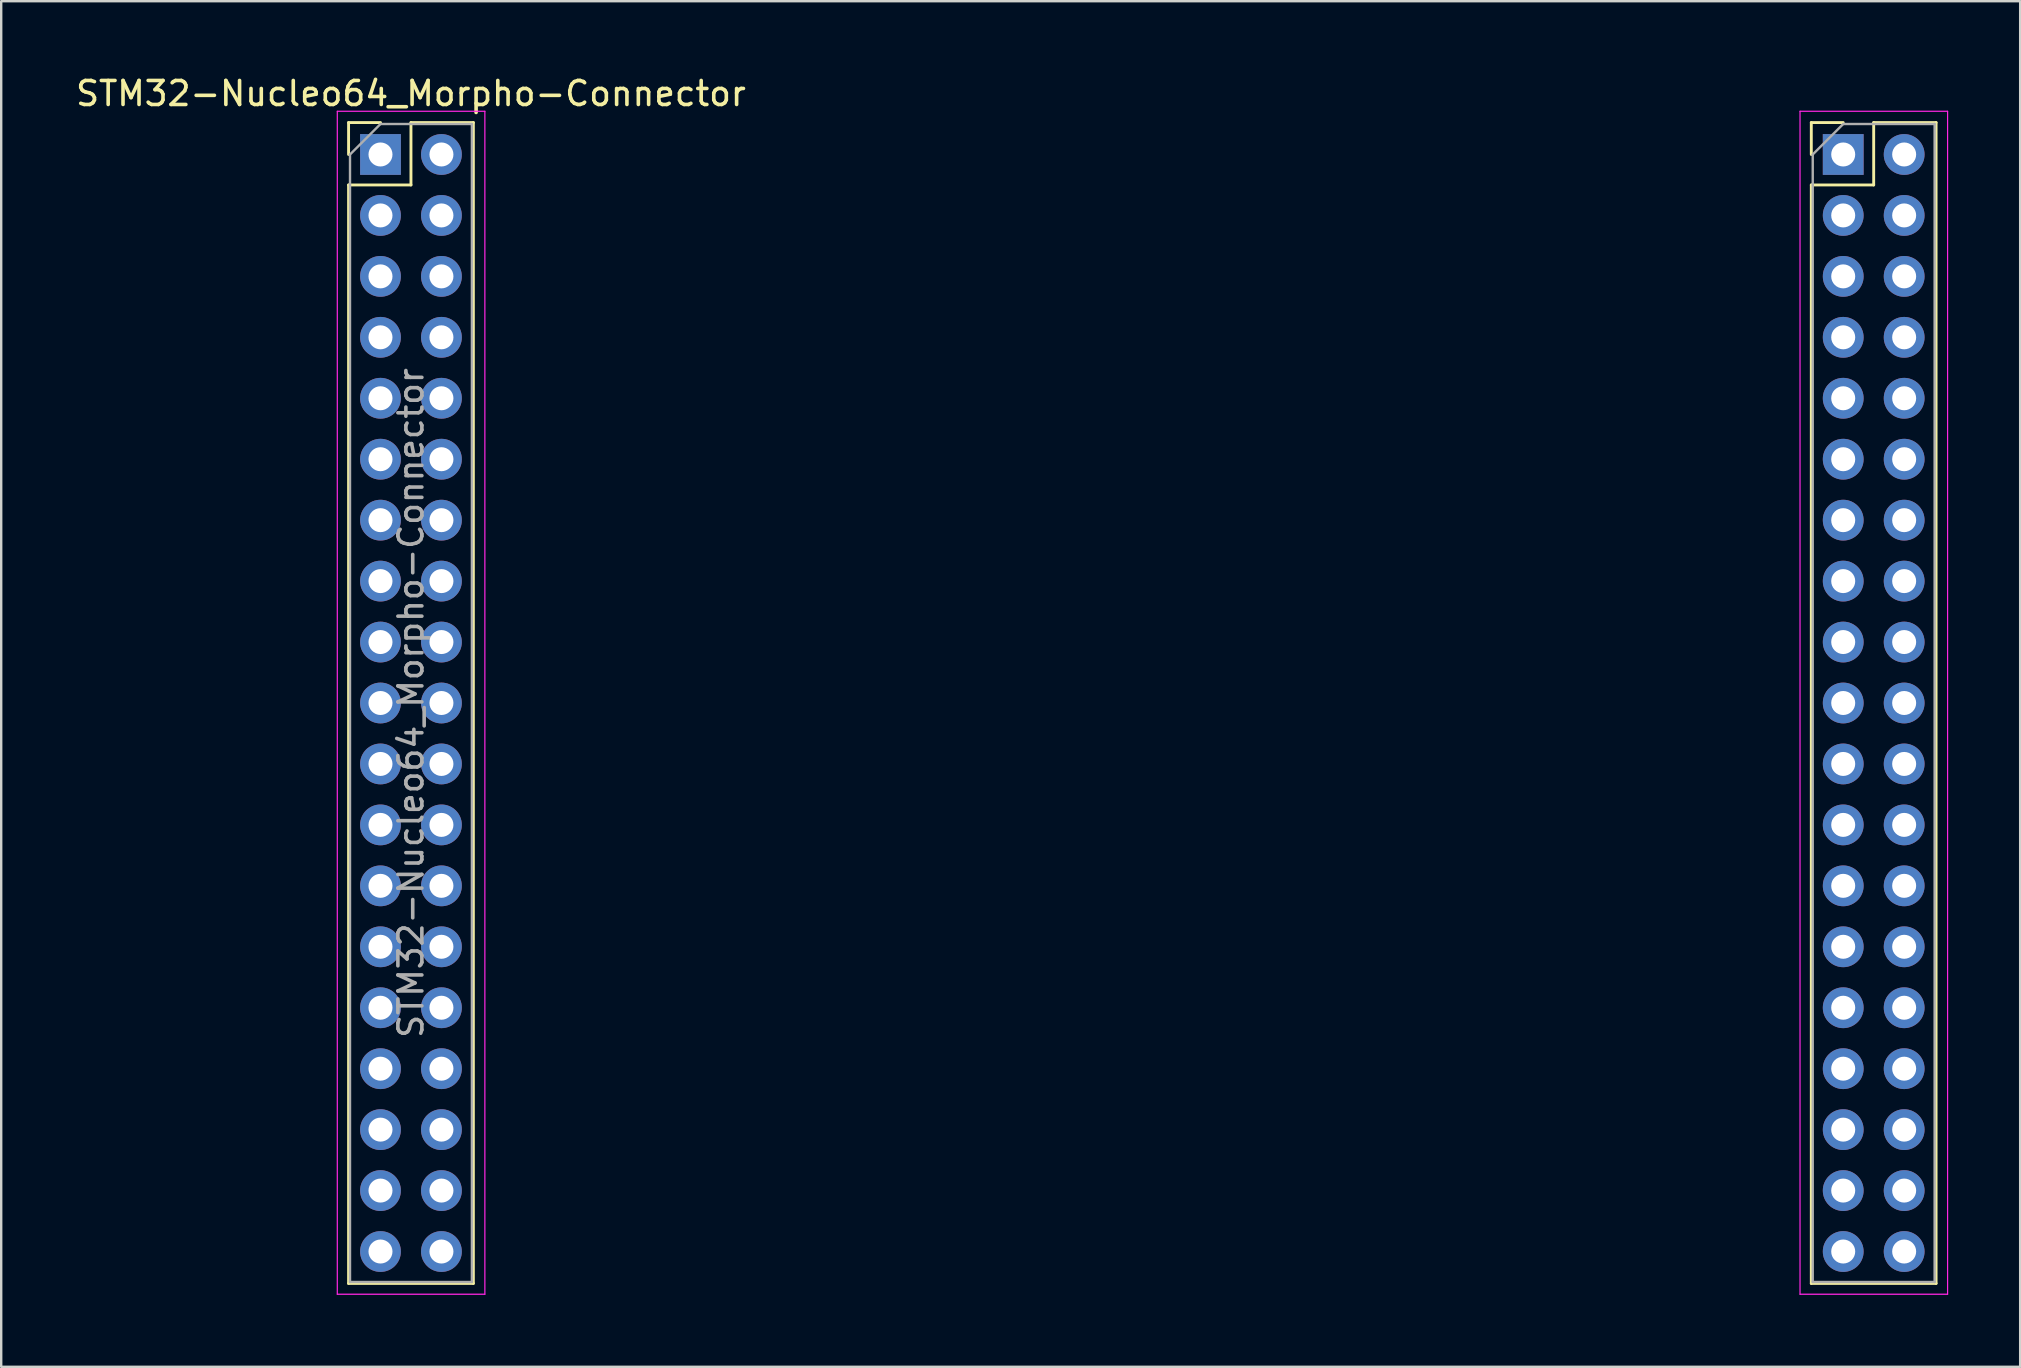
<source format=kicad_pcb>
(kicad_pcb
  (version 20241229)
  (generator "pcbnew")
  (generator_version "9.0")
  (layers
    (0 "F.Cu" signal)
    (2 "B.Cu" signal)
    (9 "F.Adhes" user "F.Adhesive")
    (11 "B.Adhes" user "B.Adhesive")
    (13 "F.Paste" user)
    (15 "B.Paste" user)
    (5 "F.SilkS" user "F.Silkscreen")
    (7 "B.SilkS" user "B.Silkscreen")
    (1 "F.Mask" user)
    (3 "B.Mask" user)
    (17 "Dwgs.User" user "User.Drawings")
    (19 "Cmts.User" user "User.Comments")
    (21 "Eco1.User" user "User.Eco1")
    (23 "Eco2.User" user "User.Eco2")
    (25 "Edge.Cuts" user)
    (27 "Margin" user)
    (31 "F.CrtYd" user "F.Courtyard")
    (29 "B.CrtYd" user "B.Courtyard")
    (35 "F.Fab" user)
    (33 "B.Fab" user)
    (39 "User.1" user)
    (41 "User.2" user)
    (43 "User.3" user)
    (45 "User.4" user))
  (footprint "STM32-Nucleo64_Morpho-Connector"
    (layer "F.Cu")
    (at 44.557 26.248)
    (property "Reference" "STM32-Nucleo64_Morpho-Connector" (at -30.48 -25.4 0) (layer "F.SilkS") (effects (font (size 1 1) (thickness 0.15))))
    (attr through_hole)
    (fp_line (start -33.08 -24.19) (end -31.75 -24.19) (stroke (width 0.12) (type solid)) (layer "F.SilkS"))
    (fp_line (start -33.08 -22.86) (end -33.08 -24.19) (stroke (width 0.12) (type solid)) (layer "F.SilkS"))
    (fp_line (start -33.08 -21.59) (end -33.08 24.19) (stroke (width 0.12) (type solid)) (layer "F.SilkS"))
    (fp_line (start -33.08 -21.59) (end -30.48 -21.59) (stroke (width 0.12) (type solid)) (layer "F.SilkS"))
    (fp_line (start -33.08 24.19) (end -27.88 24.19) (stroke (width 0.12) (type solid)) (layer "F.SilkS"))
    (fp_line (start -30.48 -24.19) (end -27.88 -24.19) (stroke (width 0.12) (type solid)) (layer "F.SilkS"))
    (fp_line (start -30.48 -21.59) (end -30.48 -24.19) (stroke (width 0.12) (type solid)) (layer "F.SilkS"))
    (fp_line (start -27.88 -24.19) (end -27.88 24.19) (stroke (width 0.12) (type solid)) (layer "F.SilkS"))
    (fp_line (start 27.88 -24.19) (end 29.21 -24.19) (stroke (width 0.12) (type solid)) (layer "F.SilkS"))
    (fp_line (start 27.88 -22.86) (end 27.88 -24.19) (stroke (width 0.12) (type solid)) (layer "F.SilkS"))
    (fp_line (start 27.88 -21.59) (end 27.88 24.19) (stroke (width 0.12) (type solid)) (layer "F.SilkS"))
    (fp_line (start 27.88 -21.59) (end 30.48 -21.59) (stroke (width 0.12) (type solid)) (layer "F.SilkS"))
    (fp_line (start 27.88 24.19) (end 33.08 24.19) (stroke (width 0.12) (type solid)) (layer "F.SilkS"))
    (fp_line (start 30.48 -24.19) (end 33.08 -24.19) (stroke (width 0.12) (type solid)) (layer "F.SilkS"))
    (fp_line (start 30.48 -21.59) (end 30.48 -24.19) (stroke (width 0.12) (type solid)) (layer "F.SilkS"))
    (fp_line (start 33.08 -24.19) (end 33.08 24.19) (stroke (width 0.12) (type solid)) (layer "F.SilkS"))
    (fp_line (start -33.55 -24.66) (end -33.55 24.64) (stroke (width 0.05) (type solid)) (layer "F.CrtYd"))
    (fp_line (start -33.55 24.64) (end -27.4 24.64) (stroke (width 0.05) (type solid)) (layer "F.CrtYd"))
    (fp_line (start -27.4 -24.66) (end -33.55 -24.66) (stroke (width 0.05) (type solid)) (layer "F.CrtYd"))
    (fp_line (start -27.4 24.64) (end -27.4 -24.66) (stroke (width 0.05) (type solid)) (layer "F.CrtYd"))
    (fp_line (start 27.41 -24.66) (end 27.41 24.64) (stroke (width 0.05) (type solid)) (layer "F.CrtYd"))
    (fp_line (start 27.41 24.64) (end 33.56 24.64) (stroke (width 0.05) (type solid)) (layer "F.CrtYd"))
    (fp_line (start 33.56 -24.66) (end 27.41 -24.66) (stroke (width 0.05) (type solid)) (layer "F.CrtYd"))
    (fp_line (start 33.56 24.64) (end 33.56 -24.66) (stroke (width 0.05) (type solid)) (layer "F.CrtYd"))
    (fp_line (start -33.02 -22.86) (end -31.75 -24.13) (stroke (width 0.1) (type solid)) (layer "F.Fab"))
    (fp_line (start -33.02 24.13) (end -33.02 -22.86) (stroke (width 0.1) (type solid)) (layer "F.Fab"))
    (fp_line (start -31.75 -24.13) (end -27.94 -24.13) (stroke (width 0.1) (type solid)) (layer "F.Fab"))
    (fp_line (start -27.94 -24.13) (end -27.94 24.13) (stroke (width 0.1) (type solid)) (layer "F.Fab"))
    (fp_line (start -27.94 24.13) (end -33.02 24.13) (stroke (width 0.1) (type solid)) (layer "F.Fab"))
    (fp_line (start 27.94 -22.86) (end 29.21 -24.13) (stroke (width 0.1) (type solid)) (layer "F.Fab"))
    (fp_line (start 27.94 24.13) (end 27.94 -22.86) (stroke (width 0.1) (type solid)) (layer "F.Fab"))
    (fp_line (start 29.21 -24.13) (end 33.02 -24.13) (stroke (width 0.1) (type solid)) (layer "F.Fab"))
    (fp_line (start 33.02 -24.13) (end 33.02 24.13) (stroke (width 0.1) (type solid)) (layer "F.Fab"))
    (fp_line (start 33.02 24.13) (end 27.94 24.13) (stroke (width 0.1) (type solid)) (layer "F.Fab"))
    (fp_text user "${REFERENCE}" (at -30.48 0 90) (layer "F.Fab") (effects (font (size 1 1) (thickness 0.15))))
    (pad "7.1" thru_hole rect (at -31.75 -22.86) (size 1.7 1.7) (drill 1) (layers "*.Cu" "*.Mask"))
    (pad "7.2" thru_hole oval (at -29.21 -22.86) (size 1.7 1.7) (drill 1) (layers "*.Cu" "*.Mask"))
    (pad "7.3" thru_hole oval (at -31.75 -20.32) (size 1.7 1.7) (drill 1) (layers "*.Cu" "*.Mask"))
    (pad "7.4" thru_hole oval (at -29.21 -20.32) (size 1.7 1.7) (drill 1) (layers "*.Cu" "*.Mask"))
    (pad "7.5" thru_hole oval (at -31.75 -17.78) (size 1.7 1.7) (drill 1) (layers "*.Cu" "*.Mask"))
    (pad "7.6" thru_hole oval (at -29.21 -17.78) (size 1.7 1.7) (drill 1) (layers "*.Cu" "*.Mask"))
    (pad "7.7" thru_hole oval (at -31.75 -15.24) (size 1.7 1.7) (drill 1) (layers "*.Cu" "*.Mask"))
    (pad "7.8" thru_hole oval (at -29.21 -15.24) (size 1.7 1.7) (drill 1) (layers "*.Cu" "*.Mask"))
    (pad "7.9" thru_hole oval (at -31.75 -12.7) (size 1.7 1.7) (drill 1) (layers "*.Cu" "*.Mask"))
    (pad "7.10" thru_hole oval (at -29.21 -12.7) (size 1.7 1.7) (drill 1) (layers "*.Cu" "*.Mask"))
    (pad "7.11" thru_hole oval (at -31.75 -10.16) (size 1.7 1.7) (drill 1) (layers "*.Cu" "*.Mask"))
    (pad "7.12" thru_hole oval (at -29.21 -10.16) (size 1.7 1.7) (drill 1) (layers "*.Cu" "*.Mask"))
    (pad "7.13" thru_hole oval (at -31.75 -7.62) (size 1.7 1.7) (drill 1) (layers "*.Cu" "*.Mask"))
    (pad "7.14" thru_hole oval (at -29.21 -7.62) (size 1.7 1.7) (drill 1) (layers "*.Cu" "*.Mask"))
    (pad "7.15" thru_hole oval (at -31.75 -5.08) (size 1.7 1.7) (drill 1) (layers "*.Cu" "*.Mask"))
    (pad "7.16" thru_hole oval (at -29.21 -5.08) (size 1.7 1.7) (drill 1) (layers "*.Cu" "*.Mask"))
    (pad "7.17" thru_hole oval (at -31.75 -2.54) (size 1.7 1.7) (drill 1) (layers "*.Cu" "*.Mask"))
    (pad "7.18" thru_hole oval (at -29.21 -2.54) (size 1.7 1.7) (drill 1) (layers "*.Cu" "*.Mask"))
    (pad "7.19" thru_hole oval (at -31.75 0) (size 1.7 1.7) (drill 1) (layers "*.Cu" "*.Mask"))
    (pad "7.20" thru_hole oval (at -29.21 0) (size 1.7 1.7) (drill 1) (layers "*.Cu" "*.Mask"))
    (pad "7.21" thru_hole oval (at -31.75 2.54) (size 1.7 1.7) (drill 1) (layers "*.Cu" "*.Mask"))
    (pad "7.22" thru_hole oval (at -29.21 2.54) (size 1.7 1.7) (drill 1) (layers "*.Cu" "*.Mask"))
    (pad "7.23" thru_hole oval (at -31.75 5.08) (size 1.7 1.7) (drill 1) (layers "*.Cu" "*.Mask"))
    (pad "7.24" thru_hole oval (at -29.21 5.08) (size 1.7 1.7) (drill 1) (layers "*.Cu" "*.Mask"))
    (pad "7.25" thru_hole oval (at -31.75 7.62) (size 1.7 1.7) (drill 1) (layers "*.Cu" "*.Mask"))
    (pad "7.26" thru_hole oval (at -29.21 7.62) (size 1.7 1.7) (drill 1) (layers "*.Cu" "*.Mask"))
    (pad "7.27" thru_hole oval (at -31.75 10.16) (size 1.7 1.7) (drill 1) (layers "*.Cu" "*.Mask"))
    (pad "7.28" thru_hole oval (at -29.21 10.16) (size 1.7 1.7) (drill 1) (layers "*.Cu" "*.Mask"))
    (pad "7.29" thru_hole oval (at -31.75 12.7) (size 1.7 1.7) (drill 1) (layers "*.Cu" "*.Mask"))
    (pad "7.30" thru_hole oval (at -29.21 12.7) (size 1.7 1.7) (drill 1) (layers "*.Cu" "*.Mask"))
    (pad "7.31" thru_hole oval (at -31.75 15.24) (size 1.7 1.7) (drill 1) (layers "*.Cu" "*.Mask"))
    (pad "7.32" thru_hole oval (at -29.21 15.24) (size 1.7 1.7) (drill 1) (layers "*.Cu" "*.Mask"))
    (pad "7.33" thru_hole oval (at -31.75 17.78) (size 1.7 1.7) (drill 1) (layers "*.Cu" "*.Mask"))
    (pad "7.34" thru_hole oval (at -29.21 17.78) (size 1.7 1.7) (drill 1) (layers "*.Cu" "*.Mask"))
    (pad "7.35" thru_hole oval (at -31.75 20.32) (size 1.7 1.7) (drill 1) (layers "*.Cu" "*.Mask"))
    (pad "7.36" thru_hole oval (at -29.21 20.32) (size 1.7 1.7) (drill 1) (layers "*.Cu" "*.Mask"))
    (pad "7.37" thru_hole oval (at -31.75 22.86) (size 1.7 1.7) (drill 1) (layers "*.Cu" "*.Mask"))
    (pad "7.38" thru_hole oval (at -29.21 22.86) (size 1.7 1.7) (drill 1) (layers "*.Cu" "*.Mask"))
    (pad "10.1" thru_hole rect (at 29.21 -22.86) (size 1.7 1.7) (drill 1) (layers "*.Cu" "*.Mask"))
    (pad "10.2" thru_hole oval (at 31.75 -22.86) (size 1.7 1.7) (drill 1) (layers "*.Cu" "*.Mask"))
    (pad "10.3" thru_hole oval (at 29.21 -20.32) (size 1.7 1.7) (drill 1) (layers "*.Cu" "*.Mask"))
    (pad "10.4" thru_hole oval (at 31.75 -20.32) (size 1.7 1.7) (drill 1) (layers "*.Cu" "*.Mask"))
    (pad "10.5" thru_hole oval (at 29.21 -17.78) (size 1.7 1.7) (drill 1) (layers "*.Cu" "*.Mask"))
    (pad "10.6" thru_hole oval (at 31.75 -17.78) (size 1.7 1.7) (drill 1) (layers "*.Cu" "*.Mask"))
    (pad "10.7" thru_hole oval (at 29.21 -15.24) (size 1.7 1.7) (drill 1) (layers "*.Cu" "*.Mask"))
    (pad "10.8" thru_hole oval (at 31.75 -15.24) (size 1.7 1.7) (drill 1) (layers "*.Cu" "*.Mask"))
    (pad "10.9" thru_hole oval (at 29.21 -12.7) (size 1.7 1.7) (drill 1) (layers "*.Cu" "*.Mask"))
    (pad "10.10" thru_hole oval (at 31.75 -12.7) (size 1.7 1.7) (drill 1) (layers "*.Cu" "*.Mask"))
    (pad "10.11" thru_hole oval (at 29.21 -10.16) (size 1.7 1.7) (drill 1) (layers "*.Cu" "*.Mask"))
    (pad "10.12" thru_hole oval (at 31.75 -10.16) (size 1.7 1.7) (drill 1) (layers "*.Cu" "*.Mask"))
    (pad "10.13" thru_hole oval (at 29.21 -7.62) (size 1.7 1.7) (drill 1) (layers "*.Cu" "*.Mask"))
    (pad "10.14" thru_hole oval (at 31.75 -7.62) (size 1.7 1.7) (drill 1) (layers "*.Cu" "*.Mask"))
    (pad "10.15" thru_hole oval (at 29.21 -5.08) (size 1.7 1.7) (drill 1) (layers "*.Cu" "*.Mask"))
    (pad "10.16" thru_hole oval (at 31.75 -5.08) (size 1.7 1.7) (drill 1) (layers "*.Cu" "*.Mask"))
    (pad "10.17" thru_hole oval (at 29.21 -2.54) (size 1.7 1.7) (drill 1) (layers "*.Cu" "*.Mask"))
    (pad "10.18" thru_hole oval (at 31.75 -2.54) (size 1.7 1.7) (drill 1) (layers "*.Cu" "*.Mask"))
    (pad "10.19" thru_hole oval (at 29.21 0) (size 1.7 1.7) (drill 1) (layers "*.Cu" "*.Mask"))
    (pad "10.20" thru_hole oval (at 31.75 0) (size 1.7 1.7) (drill 1) (layers "*.Cu" "*.Mask"))
    (pad "10.21" thru_hole oval (at 29.21 2.54) (size 1.7 1.7) (drill 1) (layers "*.Cu" "*.Mask"))
    (pad "10.22" thru_hole oval (at 31.75 2.54) (size 1.7 1.7) (drill 1) (layers "*.Cu" "*.Mask"))
    (pad "10.23" thru_hole oval (at 29.21 5.08) (size 1.7 1.7) (drill 1) (layers "*.Cu" "*.Mask"))
    (pad "10.24" thru_hole oval (at 31.75 5.08) (size 1.7 1.7) (drill 1) (layers "*.Cu" "*.Mask"))
    (pad "10.25" thru_hole oval (at 29.21 7.62) (size 1.7 1.7) (drill 1) (layers "*.Cu" "*.Mask"))
    (pad "10.26" thru_hole oval (at 31.75 7.62) (size 1.7 1.7) (drill 1) (layers "*.Cu" "*.Mask"))
    (pad "10.27" thru_hole oval (at 29.21 10.16) (size 1.7 1.7) (drill 1) (layers "*.Cu" "*.Mask"))
    (pad "10.28" thru_hole oval (at 31.75 10.16) (size 1.7 1.7) (drill 1) (layers "*.Cu" "*.Mask"))
    (pad "10.29" thru_hole oval (at 29.21 12.7) (size 1.7 1.7) (drill 1) (layers "*.Cu" "*.Mask"))
    (pad "10.30" thru_hole oval (at 31.75 12.7) (size 1.7 1.7) (drill 1) (layers "*.Cu" "*.Mask"))
    (pad "10.31" thru_hole oval (at 29.21 15.24) (size 1.7 1.7) (drill 1) (layers "*.Cu" "*.Mask"))
    (pad "10.32" thru_hole oval (at 31.75 15.24) (size 1.7 1.7) (drill 1) (layers "*.Cu" "*.Mask"))
    (pad "10.33" thru_hole oval (at 29.21 17.78) (size 1.7 1.7) (drill 1) (layers "*.Cu" "*.Mask"))
    (pad "10.34" thru_hole oval (at 31.75 17.78) (size 1.7 1.7) (drill 1) (layers "*.Cu" "*.Mask"))
    (pad "10.35" thru_hole oval (at 29.21 20.32) (size 1.7 1.7) (drill 1) (layers "*.Cu" "*.Mask"))
    (pad "10.36" thru_hole oval (at 31.75 20.32) (size 1.7 1.7) (drill 1) (layers "*.Cu" "*.Mask"))
    (pad "10.37" thru_hole oval (at 29.21 22.86) (size 1.7 1.7) (drill 1) (layers "*.Cu" "*.Mask"))
    (pad "10.38" thru_hole oval (at 31.75 22.86) (size 1.7 1.7) (drill 1) (layers "*.Cu" "*.Mask")))
  (gr_rect
    (start -3 -3)
    (end 81.142 53.913)
    (stroke (width 0.1) (type default))
    (fill no)
    (layer "Edge.Cuts")))
</source>
